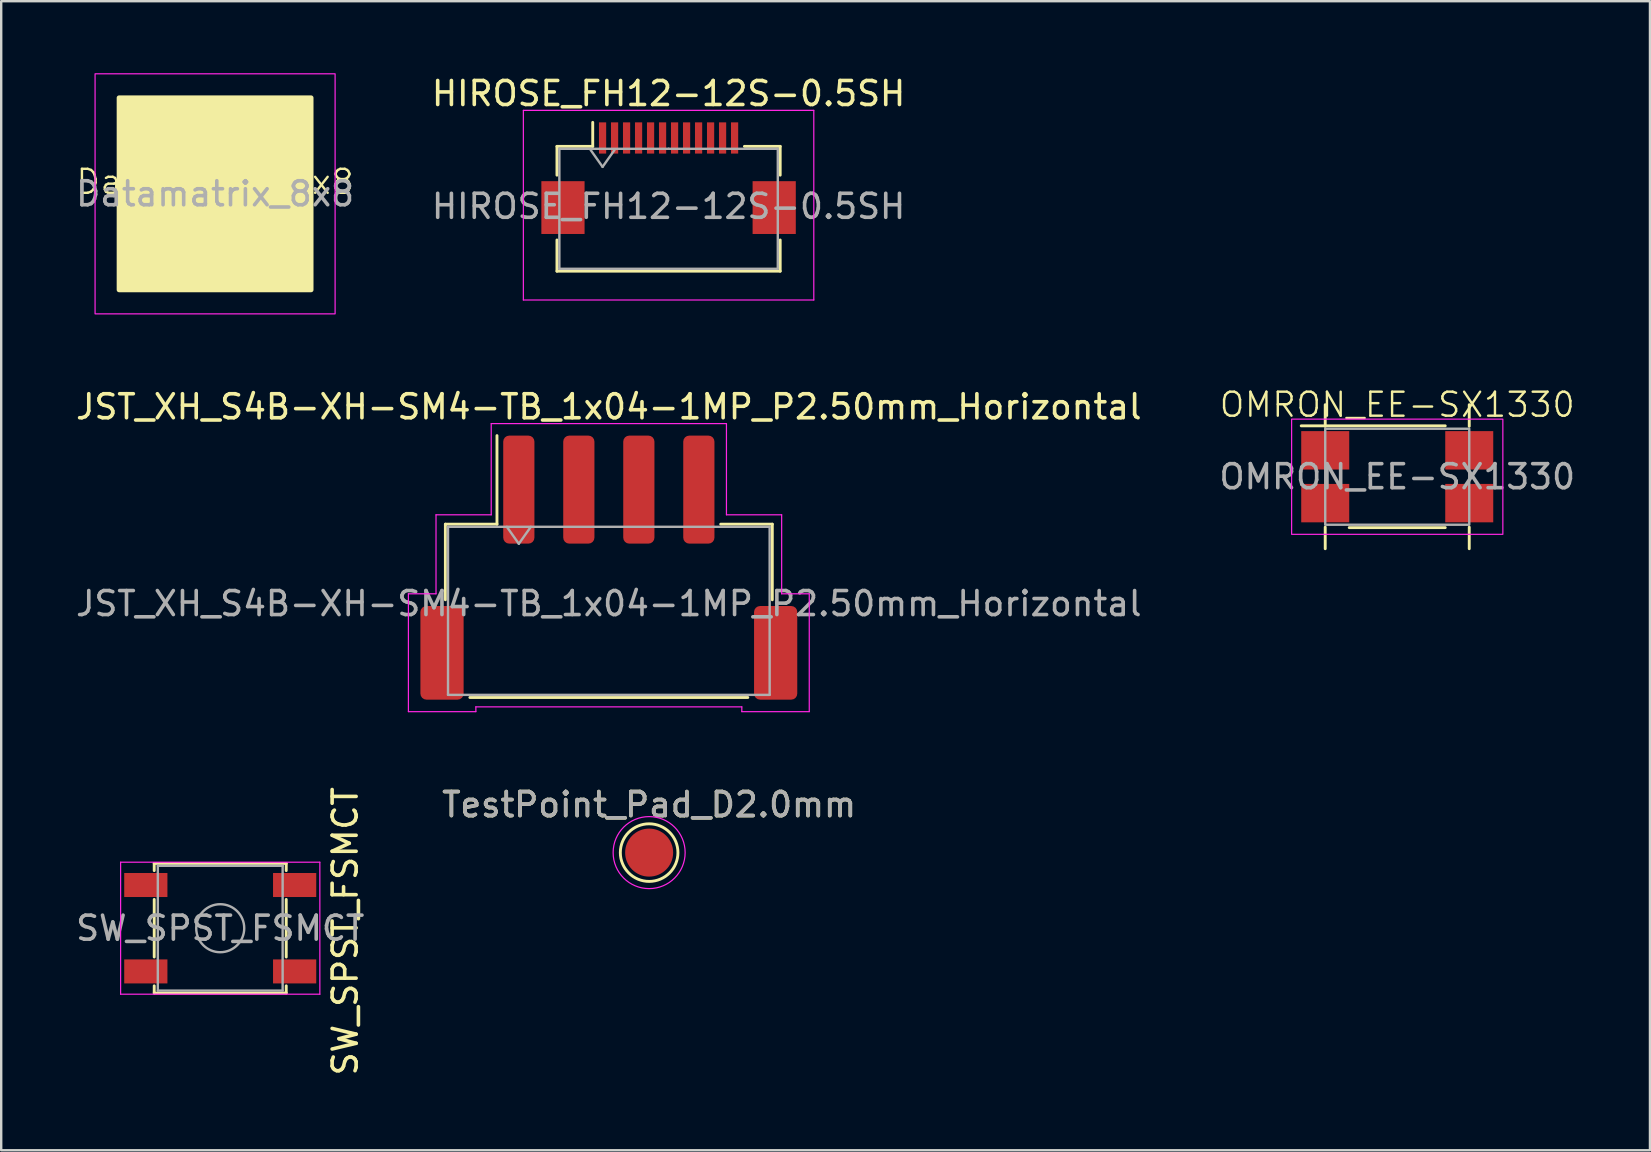
<source format=kicad_pcb>
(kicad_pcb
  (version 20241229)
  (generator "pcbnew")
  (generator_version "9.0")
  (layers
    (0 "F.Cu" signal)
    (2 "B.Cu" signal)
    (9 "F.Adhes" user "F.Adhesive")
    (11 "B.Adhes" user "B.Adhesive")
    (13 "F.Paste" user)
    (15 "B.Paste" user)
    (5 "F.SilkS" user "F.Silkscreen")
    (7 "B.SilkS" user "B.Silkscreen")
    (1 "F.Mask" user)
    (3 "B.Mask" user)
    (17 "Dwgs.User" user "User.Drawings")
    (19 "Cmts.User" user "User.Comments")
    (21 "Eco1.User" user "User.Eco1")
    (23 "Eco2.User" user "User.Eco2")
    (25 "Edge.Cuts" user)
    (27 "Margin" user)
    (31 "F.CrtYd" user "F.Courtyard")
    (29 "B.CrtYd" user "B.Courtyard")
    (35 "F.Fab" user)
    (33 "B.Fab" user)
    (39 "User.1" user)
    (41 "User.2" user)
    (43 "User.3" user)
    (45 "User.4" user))
  (footprint "OMRON_EE-SX1330"
    (layer "F.Cu")
    (at 55.161 16.811)
    (property "Reference" "OMRON_EE-SX1330" (at 0 -3 0) (unlocked yes) (layer "F.SilkS") (effects (font (size 1 1) (thickness 0.1))))
    (attr smd)
    (fp_line (start -4 -2.12) (end 2 -2.12) (stroke (width 0.12) (type solid)) (layer "F.SilkS"))
    (fp_line (start -3 -3) (end -3 -2.1) (stroke (width 0.12) (type solid)) (layer "F.SilkS"))
    (fp_line (start -3 3) (end -3 2.1) (stroke (width 0.12) (type solid)) (layer "F.SilkS"))
    (fp_line (start -2 2.12) (end 2 2.12) (stroke (width 0.12) (type solid)) (layer "F.SilkS"))
    (fp_line (start 3 -3) (end 3 -2.1) (stroke (width 0.12) (type solid)) (layer "F.SilkS"))
    (fp_line (start 3 3) (end 3 2.1) (stroke (width 0.12) (type solid)) (layer "F.SilkS"))
    (fp_rect (start -4.4 -2.4) (end 4.4 2.4) (stroke (width 0.05) (type solid)) (fill no) (layer "F.CrtYd"))
    (fp_rect (start -3 -2) (end 3 2) (stroke (width 0.1) (type solid)) (fill no) (layer "F.Fab"))
    (fp_text user "${REFERENCE}" (at 0 0 0) (unlocked yes) (layer "F.Fab") (effects (font (size 1 1) (thickness 0.15))))
    (pad "1" smd rect (at -3 -1.1) (size 2 1.6) (layers "F.Cu" "F.Mask" "F.Paste"))
    (pad "2" smd rect (at -3 1.1) (size 2 1.6) (layers "F.Cu" "F.Mask" "F.Paste"))
    (pad "3" smd rect (at 3 1.1) (size 2 1.6) (layers "F.Cu" "F.Mask" "F.Paste"))
    (pad "4" smd rect (at 3 -1.1) (size 2 1.6) (layers "F.Cu" "F.Mask" "F.Paste")))
  (footprint "TestPoint_Pad_D2.0mm"
    (layer "F.Cu")
    (at 23.994 32.471)
    (property "Reference" "TestPoint_Pad_D2.0mm" (at 0 -1.998 0) (layer "F.SilkS") (effects (font (size 1 1) (thickness 0.15))))
    (attr exclude_from_pos_files exclude_from_bom)
    (fp_circle (center 0 0) (end 0 1.2) (stroke (width 0.12) (type solid)) (fill no) (layer "F.SilkS"))
    (fp_circle (center 0 0) (end 1.5 0) (stroke (width 0.05) (type solid)) (fill no) (layer "F.CrtYd"))
    (fp_text user "${REFERENCE}" (at 0 -2 0) (layer "F.Fab") (effects (font (size 1 1) (thickness 0.15))))
    (pad "1" smd circle (at 0 0) (size 2 2) (property pad_prop_testpoint) (layers "F.Cu" "F.Mask")))
  (footprint "JST_XH_S4B-XH-SM4-TB_1x04-1MP_P2.50mm_Horizontal"
    (layer "F.Cu")
    (at 22.315 20.598)
    (property "Reference" "JST_XH_S4B-XH-SM4-TB_1x04-1MP_P2.50mm_Horizontal" (at 0 -6.7 0) (layer "F.SilkS") (effects (font (size 1 1) (thickness 0.15))))
    (attr smd)
    (fp_line (start -6.81 -1.81) (end -4.66 -1.81) (stroke (width 0.12) (type solid)) (layer "F.SilkS"))
    (fp_line (start -6.81 1.34) (end -6.81 -1.81) (stroke (width 0.12) (type solid)) (layer "F.SilkS"))
    (fp_line (start -5.79 5.41) (end 5.79 5.41) (stroke (width 0.12) (type solid)) (layer "F.SilkS"))
    (fp_line (start -4.66 -1.81) (end -4.66 -5.5) (stroke (width 0.12) (type solid)) (layer "F.SilkS"))
    (fp_line (start 6.81 -1.81) (end 4.66 -1.81) (stroke (width 0.12) (type solid)) (layer "F.SilkS"))
    (fp_line (start 6.81 1.34) (end 6.81 -1.81) (stroke (width 0.12) (type solid)) (layer "F.SilkS"))
    (fp_line (start -8.35 1.09) (end -7.2 1.09) (stroke (width 0.05) (type solid)) (layer "F.CrtYd"))
    (fp_line (start -8.35 6) (end -8.35 1.09) (stroke (width 0.05) (type solid)) (layer "F.CrtYd"))
    (fp_line (start -7.2 -2.2) (end -4.9 -2.2) (stroke (width 0.05) (type solid)) (layer "F.CrtYd"))
    (fp_line (start -7.2 1.09) (end -7.2 -2.2) (stroke (width 0.05) (type solid)) (layer "F.CrtYd"))
    (fp_line (start -5.54 5.8) (end -5.54 6) (stroke (width 0.05) (type solid)) (layer "F.CrtYd"))
    (fp_line (start -5.54 6) (end -8.35 6) (stroke (width 0.05) (type solid)) (layer "F.CrtYd"))
    (fp_line (start -4.9 -6) (end 4.9 -6) (stroke (width 0.05) (type solid)) (layer "F.CrtYd"))
    (fp_line (start -4.9 -2.2) (end -4.9 -6) (stroke (width 0.05) (type solid)) (layer "F.CrtYd"))
    (fp_line (start 4.9 -6) (end 4.9 -2.2) (stroke (width 0.05) (type solid)) (layer "F.CrtYd"))
    (fp_line (start 4.9 -2.2) (end 7.2 -2.2) (stroke (width 0.05) (type solid)) (layer "F.CrtYd"))
    (fp_line (start 5.54 5.8) (end -5.54 5.8) (stroke (width 0.05) (type solid)) (layer "F.CrtYd"))
    (fp_line (start 5.54 6) (end 5.54 5.8) (stroke (width 0.05) (type solid)) (layer "F.CrtYd"))
    (fp_line (start 7.2 -2.2) (end 7.2 1.09) (stroke (width 0.05) (type solid)) (layer "F.CrtYd"))
    (fp_line (start 7.2 1.09) (end 8.35 1.09) (stroke (width 0.05) (type solid)) (layer "F.CrtYd"))
    (fp_line (start 8.35 1.09) (end 8.35 6) (stroke (width 0.05) (type solid)) (layer "F.CrtYd"))
    (fp_line (start 8.35 6) (end 5.54 6) (stroke (width 0.05) (type solid)) (layer "F.CrtYd"))
    (fp_line (start -6.7 -1.7) (end -6.7 5.3) (stroke (width 0.1) (type solid)) (layer "F.Fab"))
    (fp_line (start -6.7 -1.7) (end 6.7 -1.7) (stroke (width 0.1) (type solid)) (layer "F.Fab"))
    (fp_line (start -6.7 5.3) (end 6.7 5.3) (stroke (width 0.1) (type solid)) (layer "F.Fab"))
    (fp_line (start -4.25 -1.7) (end -3.75 -0.993) (stroke (width 0.1) (type solid)) (layer "F.Fab"))
    (fp_line (start -3.75 -0.993) (end -3.25 -1.7) (stroke (width 0.1) (type solid)) (layer "F.Fab"))
    (fp_line (start 6.7 -1.7) (end 6.7 5.3) (stroke (width 0.1) (type solid)) (layer "F.Fab"))
    (fp_text user "${REFERENCE}" (at 0 1.5 0) (layer "F.Fab") (effects (font (size 1 1) (thickness 0.15))))
    (pad "1" smd roundrect (at -3.75 -3.25) (size 1.3 4.5) (layers "F.Cu" "F.Mask" "F.Paste") (roundrect_rratio 0.192))
    (pad "2" smd roundrect (at -1.25 -3.25) (size 1.3 4.5) (layers "F.Cu" "F.Mask" "F.Paste") (roundrect_rratio 0.192))
    (pad "3" smd roundrect (at 1.25 -3.25) (size 1.3 4.5) (layers "F.Cu" "F.Mask" "F.Paste") (roundrect_rratio 0.192))
    (pad "4" smd roundrect (at 3.75 -3.25) (size 1.3 4.5) (layers "F.Cu" "F.Mask" "F.Paste") (roundrect_rratio 0.192))
    (pad "MP" smd roundrect (at -6.95 3.55) (size 1.8 3.9) (layers "F.Cu" "F.Mask" "F.Paste") (roundrect_rratio 0.139))
    (pad "MP" smd roundrect (at 6.95 3.55) (size 1.8 3.9) (layers "F.Cu" "F.Mask" "F.Paste") (roundrect_rratio 0.139)))
  (footprint "SW_SPST_FSMCT"
    (layer "F.Cu")
    (at 6.125 35.621)
    (property "Reference" "SW_SPST_FSMCT" (at 5.207 0.127 90) (layer "F.SilkS") (effects (font (size 1 1) (thickness 0.15))))
    (attr smd)
    (fp_line (start -2.75 -2.7) (end 2.75 -2.7) (stroke (width 0.12) (type solid)) (layer "F.SilkS"))
    (fp_line (start -2.75 -2.4) (end -2.75 -2.7) (stroke (width 0.12) (type solid)) (layer "F.SilkS"))
    (fp_line (start -2.75 1.2) (end -2.75 -1.2) (stroke (width 0.12) (type solid)) (layer "F.SilkS"))
    (fp_line (start -2.75 2.4) (end -2.75 2.7) (stroke (width 0.12) (type solid)) (layer "F.SilkS"))
    (fp_line (start -2.75 2.7) (end 2.75 2.7) (stroke (width 0.12) (type solid)) (layer "F.SilkS"))
    (fp_line (start 2.75 -2.7) (end 2.75 -2.4) (stroke (width 0.12) (type solid)) (layer "F.SilkS"))
    (fp_line (start 2.75 -1.2) (end 2.75 1.2) (stroke (width 0.12) (type solid)) (layer "F.SilkS"))
    (fp_line (start 2.75 2.7) (end 2.75 2.4) (stroke (width 0.12) (type solid)) (layer "F.SilkS"))
    (fp_line (start -4.15 -2.75) (end 4.15 -2.75) (stroke (width 0.05) (type solid)) (layer "F.CrtYd"))
    (fp_line (start -4.15 2.75) (end -4.15 -2.75) (stroke (width 0.05) (type solid)) (layer "F.CrtYd"))
    (fp_line (start 4.15 -2.75) (end 4.15 2.75) (stroke (width 0.05) (type solid)) (layer "F.CrtYd"))
    (fp_line (start 4.15 2.75) (end -4.15 2.75) (stroke (width 0.05) (type solid)) (layer "F.CrtYd"))
    (fp_line (start -2.6 -2.6) (end 2.6 -2.6) (stroke (width 0.1) (type solid)) (layer "F.Fab"))
    (fp_line (start -2.6 2.6) (end -2.6 -2.6) (stroke (width 0.1) (type solid)) (layer "F.Fab"))
    (fp_line (start 2.6 -2.6) (end 2.6 2.6) (stroke (width 0.1) (type solid)) (layer "F.Fab"))
    (fp_line (start 2.6 2.6) (end -2.6 2.6) (stroke (width 0.1) (type solid)) (layer "F.Fab"))
    (fp_circle (center 0 0) (end 1 0) (stroke (width 0.1) (type solid)) (fill no) (layer "F.Fab"))
    (fp_text user "${REFERENCE}" (at 0 0 0) (layer "F.Fab") (effects (font (size 1 1) (thickness 0.15))))
    (pad "1" smd rect (at -3.1 -1.8) (size 1.8 1) (layers "F.Cu" "F.Mask" "F.Paste"))
    (pad "1" smd rect (at 3.1 -1.8) (size 1.8 1) (layers "F.Cu" "F.Mask" "F.Paste"))
    (pad "2" smd rect (at -3.1 1.8) (size 1.8 1) (layers "F.Cu" "F.Mask" "F.Paste"))
    (pad "2" smd rect (at 3.1 1.8) (size 1.8 1) (layers "F.Cu" "F.Mask" "F.Paste")))
  (footprint "Datamatrix_8x8"
    (layer "F.Cu")
    (at 5.911 5.025)
    (property "Reference" "Datamatrix_8x8" (at 0 -0.5 0) (unlocked yes) (layer "F.SilkS") (effects (font (size 1 1) (thickness 0.1))))
    (attr smd)
    (fp_rect (start -4 -4) (end 4 4) (stroke (width 0.2) (type solid)) (fill yes) (layer "F.SilkS"))
    (fp_rect (start -5 -5) (end 5 5) (stroke (width 0.05) (type solid)) (fill no) (layer "F.CrtYd"))
    (fp_text user "${REFERENCE}" (at 0 0 0) (unlocked yes) (layer "F.Fab") (effects (font (size 1 1) (thickness 0.15)))))
  (footprint "HIROSE_FH12-12S-0.5SH"
    (layer "F.Cu")
    (at 24.804 4.548)
    (property "Reference" "HIROSE_FH12-12S-0.5SH" (at 0 -3.7 0) (layer "F.SilkS") (effects (font (size 1 1) (thickness 0.15))))
    (attr smd)
    (fp_line (start -4.65 -1.5) (end -4.65 -0.3) (stroke (width 0.12) (type solid)) (layer "F.SilkS"))
    (fp_line (start -4.65 2.4) (end -4.65 3.7) (stroke (width 0.12) (type solid)) (layer "F.SilkS"))
    (fp_line (start -4.65 3.7) (end 4.65 3.7) (stroke (width 0.12) (type solid)) (layer "F.SilkS"))
    (fp_line (start -3.16 -1.5) (end -4.65 -1.5) (stroke (width 0.12) (type solid)) (layer "F.SilkS"))
    (fp_line (start -3.16 -1.5) (end -3.16 -2.5) (stroke (width 0.12) (type solid)) (layer "F.SilkS"))
    (fp_line (start 3.16 -1.5) (end 4.65 -1.5) (stroke (width 0.12) (type solid)) (layer "F.SilkS"))
    (fp_line (start 4.65 -1.5) (end 4.65 -0.3) (stroke (width 0.12) (type solid)) (layer "F.SilkS"))
    (fp_line (start 4.65 3.7) (end 4.65 2.4) (stroke (width 0.12) (type solid)) (layer "F.SilkS"))
    (fp_line (start -6.05 -3) (end -6.05 4.9) (stroke (width 0.05) (type solid)) (layer "F.CrtYd"))
    (fp_line (start -6.05 4.9) (end 6.05 4.9) (stroke (width 0.05) (type solid)) (layer "F.CrtYd"))
    (fp_line (start 6.05 -3) (end -6.05 -3) (stroke (width 0.05) (type solid)) (layer "F.CrtYd"))
    (fp_line (start 6.05 4.9) (end 6.05 -3) (stroke (width 0.05) (type solid)) (layer "F.CrtYd"))
    (fp_line (start -4.55 -1.4) (end -4.55 3.6) (stroke (width 0.1) (type solid)) (layer "F.Fab"))
    (fp_line (start -3.25 -1.354) (end -2.75 -0.646) (stroke (width 0.1) (type solid)) (layer "F.Fab"))
    (fp_line (start -2.75 -0.646) (end -2.25 -1.354) (stroke (width 0.1) (type solid)) (layer "F.Fab"))
    (fp_line (start 0 -1.4) (end -4.55 -1.4) (stroke (width 0.1) (type solid)) (layer "F.Fab"))
    (fp_line (start 0 -1.4) (end 4.55 -1.4) (stroke (width 0.1) (type solid)) (layer "F.Fab"))
    (fp_line (start 4.55 -1.4) (end 4.55 3.6) (stroke (width 0.1) (type solid)) (layer "F.Fab"))
    (fp_line (start 4.55 3.6) (end -4.55 3.6) (stroke (width 0.1) (type solid)) (layer "F.Fab"))
    (fp_text user "${REFERENCE}" (at 0 1 0) (layer "F.Fab") (effects (font (size 1 1) (thickness 0.15))))
    (pad "1" smd rect (at -2.75 -1.85) (size 0.3 1.3) (layers "F.Cu" "F.Mask" "F.Paste"))
    (pad "2" smd rect (at -2.25 -1.85) (size 0.3 1.3) (layers "F.Cu" "F.Mask" "F.Paste"))
    (pad "3" smd rect (at -1.75 -1.85) (size 0.3 1.3) (layers "F.Cu" "F.Mask" "F.Paste"))
    (pad "4" smd rect (at -1.25 -1.85) (size 0.3 1.3) (layers "F.Cu" "F.Mask" "F.Paste"))
    (pad "5" smd rect (at -0.75 -1.85) (size 0.3 1.3) (layers "F.Cu" "F.Mask" "F.Paste"))
    (pad "6" smd rect (at -0.25 -1.85) (size 0.3 1.3) (layers "F.Cu" "F.Mask" "F.Paste"))
    (pad "7" smd rect (at 0.25 -1.85) (size 0.3 1.3) (layers "F.Cu" "F.Mask" "F.Paste"))
    (pad "8" smd rect (at 0.75 -1.85) (size 0.3 1.3) (layers "F.Cu" "F.Mask" "F.Paste"))
    (pad "9" smd rect (at 1.25 -1.85) (size 0.3 1.3) (layers "F.Cu" "F.Mask" "F.Paste"))
    (pad "10" smd rect (at 1.75 -1.85) (size 0.3 1.3) (layers "F.Cu" "F.Mask" "F.Paste"))
    (pad "11" smd rect (at 2.25 -1.85) (size 0.3 1.3) (layers "F.Cu" "F.Mask" "F.Paste"))
    (pad "12" smd rect (at 2.75 -1.85) (size 0.3 1.3) (layers "F.Cu" "F.Mask" "F.Paste"))
    (pad "MP" smd rect (at -4.4 1.05) (size 1.8 2.2) (layers "F.Cu" "F.Mask" "F.Paste"))
    (pad "MP" smd rect (at 4.4 1.05) (size 1.8 2.2) (layers "F.Cu" "F.Mask" "F.Paste")))
  (gr_rect
    (start -3 -3)
    (end 65.69 44.873)
    (stroke (width 0.1) (type default))
    (fill no)
    (layer "Edge.Cuts")))
</source>
